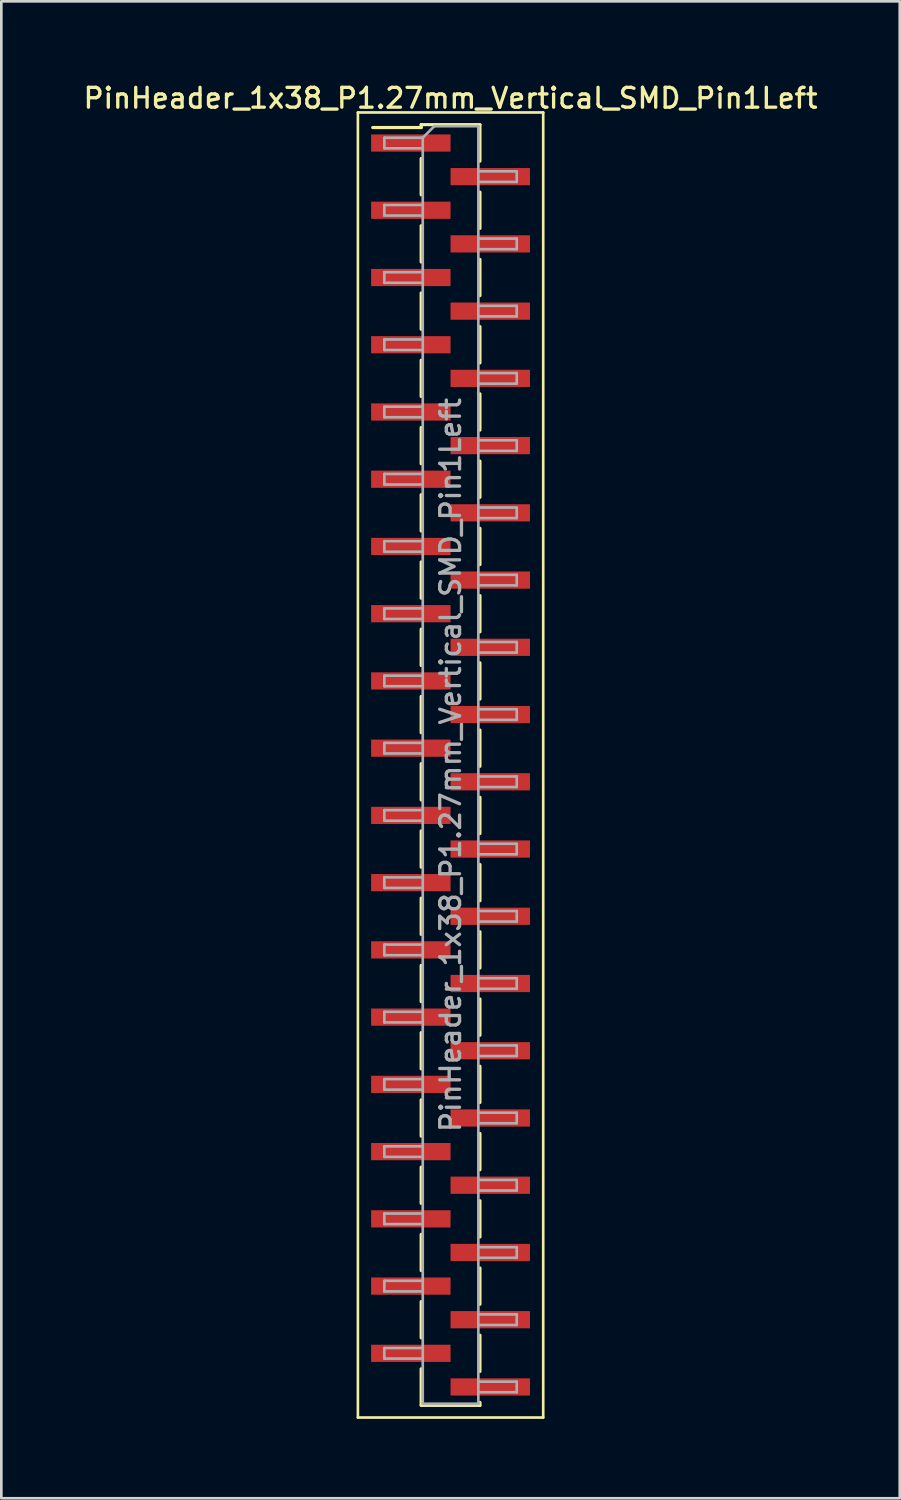
<source format=kicad_pcb>
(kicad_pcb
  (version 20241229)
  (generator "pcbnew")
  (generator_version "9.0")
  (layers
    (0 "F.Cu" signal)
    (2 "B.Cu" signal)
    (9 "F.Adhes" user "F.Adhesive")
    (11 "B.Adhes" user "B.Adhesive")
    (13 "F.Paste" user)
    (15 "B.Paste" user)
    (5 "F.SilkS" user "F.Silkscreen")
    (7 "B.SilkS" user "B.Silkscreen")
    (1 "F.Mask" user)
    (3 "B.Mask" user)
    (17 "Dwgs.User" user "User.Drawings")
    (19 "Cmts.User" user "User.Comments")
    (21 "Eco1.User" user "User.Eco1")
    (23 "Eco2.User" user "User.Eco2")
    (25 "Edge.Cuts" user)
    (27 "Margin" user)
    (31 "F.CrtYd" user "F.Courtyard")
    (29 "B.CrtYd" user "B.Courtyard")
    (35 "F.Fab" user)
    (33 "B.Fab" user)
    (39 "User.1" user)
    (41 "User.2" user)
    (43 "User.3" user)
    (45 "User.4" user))
  (footprint "PinHeader_1x38_P1.27mm_Vertical_SMD_Pin1Left"
    (layer "F.Cu")
    (at 13.97 25.848)
    (property "Reference" "PinHeader_1x38_P1.27mm_Vertical_SMD_Pin1Left" (at 0 -25.19 0) (layer "F.SilkS") (effects (font (size 0.75 0.75) (thickness 0.125))))
    (attr smd)
    (fp_line (start -3.5 -24.65) (end -3.5 24.65) (stroke (width 0.1) (type solid)) (layer "F.SilkS"))
    (fp_line (start -3.5 24.65) (end 3.5 24.65) (stroke (width 0.1) (type solid)) (layer "F.SilkS"))
    (fp_line (start -1.11 -24.19) (end -1.11 -24.08) (stroke (width 0.12) (type solid)) (layer "F.SilkS"))
    (fp_line (start -1.11 -24.19) (end 1.11 -24.19) (stroke (width 0.12) (type solid)) (layer "F.SilkS"))
    (fp_line (start -1.11 -24.08) (end -2.94 -24.08) (stroke (width 0.12) (type solid)) (layer "F.SilkS"))
    (fp_line (start -1.11 -22.91) (end -1.11 -21.54) (stroke (width 0.12) (type solid)) (layer "F.SilkS"))
    (fp_line (start -1.11 -20.37) (end -1.11 -19) (stroke (width 0.12) (type solid)) (layer "F.SilkS"))
    (fp_line (start -1.11 -17.83) (end -1.11 -16.46) (stroke (width 0.12) (type solid)) (layer "F.SilkS"))
    (fp_line (start -1.11 -15.29) (end -1.11 -13.92) (stroke (width 0.12) (type solid)) (layer "F.SilkS"))
    (fp_line (start -1.11 -12.75) (end -1.11 -11.38) (stroke (width 0.12) (type solid)) (layer "F.SilkS"))
    (fp_line (start -1.11 -10.21) (end -1.11 -8.84) (stroke (width 0.12) (type solid)) (layer "F.SilkS"))
    (fp_line (start -1.11 -7.67) (end -1.11 -6.3) (stroke (width 0.12) (type solid)) (layer "F.SilkS"))
    (fp_line (start -1.11 -5.13) (end -1.11 -3.76) (stroke (width 0.12) (type solid)) (layer "F.SilkS"))
    (fp_line (start -1.11 -2.59) (end -1.11 -1.22) (stroke (width 0.12) (type solid)) (layer "F.SilkS"))
    (fp_line (start -1.11 -0.05) (end -1.11 1.32) (stroke (width 0.12) (type solid)) (layer "F.SilkS"))
    (fp_line (start -1.11 2.49) (end -1.11 3.86) (stroke (width 0.12) (type solid)) (layer "F.SilkS"))
    (fp_line (start -1.11 5.03) (end -1.11 6.4) (stroke (width 0.12) (type solid)) (layer "F.SilkS"))
    (fp_line (start -1.11 7.57) (end -1.11 8.94) (stroke (width 0.12) (type solid)) (layer "F.SilkS"))
    (fp_line (start -1.11 10.11) (end -1.11 11.48) (stroke (width 0.12) (type solid)) (layer "F.SilkS"))
    (fp_line (start -1.11 12.65) (end -1.11 14.02) (stroke (width 0.12) (type solid)) (layer "F.SilkS"))
    (fp_line (start -1.11 15.19) (end -1.11 16.56) (stroke (width 0.12) (type solid)) (layer "F.SilkS"))
    (fp_line (start -1.11 17.73) (end -1.11 19.1) (stroke (width 0.12) (type solid)) (layer "F.SilkS"))
    (fp_line (start -1.11 20.27) (end -1.11 21.64) (stroke (width 0.12) (type solid)) (layer "F.SilkS"))
    (fp_line (start -1.11 22.81) (end -1.11 24.18) (stroke (width 0.12) (type solid)) (layer "F.SilkS"))
    (fp_line (start -1.11 24.19) (end 1.11 24.19) (stroke (width 0.12) (type solid)) (layer "F.SilkS"))
    (fp_line (start 1.11 -24.18) (end 1.11 -22.81) (stroke (width 0.12) (type solid)) (layer "F.SilkS"))
    (fp_line (start 1.11 -21.64) (end 1.11 -20.27) (stroke (width 0.12) (type solid)) (layer "F.SilkS"))
    (fp_line (start 1.11 -19.1) (end 1.11 -17.73) (stroke (width 0.12) (type solid)) (layer "F.SilkS"))
    (fp_line (start 1.11 -16.56) (end 1.11 -15.19) (stroke (width 0.12) (type solid)) (layer "F.SilkS"))
    (fp_line (start 1.11 -14.02) (end 1.11 -12.65) (stroke (width 0.12) (type solid)) (layer "F.SilkS"))
    (fp_line (start 1.11 -11.48) (end 1.11 -10.11) (stroke (width 0.12) (type solid)) (layer "F.SilkS"))
    (fp_line (start 1.11 -8.94) (end 1.11 -7.57) (stroke (width 0.12) (type solid)) (layer "F.SilkS"))
    (fp_line (start 1.11 -6.4) (end 1.11 -5.03) (stroke (width 0.12) (type solid)) (layer "F.SilkS"))
    (fp_line (start 1.11 -3.86) (end 1.11 -2.49) (stroke (width 0.12) (type solid)) (layer "F.SilkS"))
    (fp_line (start 1.11 -1.32) (end 1.11 0.05) (stroke (width 0.12) (type solid)) (layer "F.SilkS"))
    (fp_line (start 1.11 1.22) (end 1.11 2.59) (stroke (width 0.12) (type solid)) (layer "F.SilkS"))
    (fp_line (start 1.11 3.76) (end 1.11 5.13) (stroke (width 0.12) (type solid)) (layer "F.SilkS"))
    (fp_line (start 1.11 6.3) (end 1.11 7.67) (stroke (width 0.12) (type solid)) (layer "F.SilkS"))
    (fp_line (start 1.11 8.84) (end 1.11 10.21) (stroke (width 0.12) (type solid)) (layer "F.SilkS"))
    (fp_line (start 1.11 11.38) (end 1.11 12.75) (stroke (width 0.12) (type solid)) (layer "F.SilkS"))
    (fp_line (start 1.11 13.92) (end 1.11 15.29) (stroke (width 0.12) (type solid)) (layer "F.SilkS"))
    (fp_line (start 1.11 16.46) (end 1.11 17.83) (stroke (width 0.12) (type solid)) (layer "F.SilkS"))
    (fp_line (start 1.11 19) (end 1.11 20.37) (stroke (width 0.12) (type solid)) (layer "F.SilkS"))
    (fp_line (start 1.11 21.54) (end 1.11 22.91) (stroke (width 0.12) (type solid)) (layer "F.SilkS"))
    (fp_line (start 1.11 24.08) (end 1.11 24.19) (stroke (width 0.12) (type solid)) (layer "F.SilkS"))
    (fp_line (start 3.5 -24.65) (end -3.5 -24.65) (stroke (width 0.1) (type solid)) (layer "F.SilkS"))
    (fp_line (start 3.5 24.65) (end 3.5 -24.65) (stroke (width 0.1) (type solid)) (layer "F.SilkS"))
    (fp_line (start -2.5 -23.695) (end -2.5 -23.295) (stroke (width 0.1) (type solid)) (layer "F.Fab"))
    (fp_line (start -2.5 -23.295) (end -1.05 -23.295) (stroke (width 0.1) (type solid)) (layer "F.Fab"))
    (fp_line (start -2.5 -21.155) (end -2.5 -20.755) (stroke (width 0.1) (type solid)) (layer "F.Fab"))
    (fp_line (start -2.5 -20.755) (end -1.05 -20.755) (stroke (width 0.1) (type solid)) (layer "F.Fab"))
    (fp_line (start -2.5 -18.615) (end -2.5 -18.215) (stroke (width 0.1) (type solid)) (layer "F.Fab"))
    (fp_line (start -2.5 -18.215) (end -1.05 -18.215) (stroke (width 0.1) (type solid)) (layer "F.Fab"))
    (fp_line (start -2.5 -16.075) (end -2.5 -15.675) (stroke (width 0.1) (type solid)) (layer "F.Fab"))
    (fp_line (start -2.5 -15.675) (end -1.05 -15.675) (stroke (width 0.1) (type solid)) (layer "F.Fab"))
    (fp_line (start -2.5 -13.535) (end -2.5 -13.135) (stroke (width 0.1) (type solid)) (layer "F.Fab"))
    (fp_line (start -2.5 -13.135) (end -1.05 -13.135) (stroke (width 0.1) (type solid)) (layer "F.Fab"))
    (fp_line (start -2.5 -10.995) (end -2.5 -10.595) (stroke (width 0.1) (type solid)) (layer "F.Fab"))
    (fp_line (start -2.5 -10.595) (end -1.05 -10.595) (stroke (width 0.1) (type solid)) (layer "F.Fab"))
    (fp_line (start -2.5 -8.455) (end -2.5 -8.055) (stroke (width 0.1) (type solid)) (layer "F.Fab"))
    (fp_line (start -2.5 -8.055) (end -1.05 -8.055) (stroke (width 0.1) (type solid)) (layer "F.Fab"))
    (fp_line (start -2.5 -5.915) (end -2.5 -5.515) (stroke (width 0.1) (type solid)) (layer "F.Fab"))
    (fp_line (start -2.5 -5.515) (end -1.05 -5.515) (stroke (width 0.1) (type solid)) (layer "F.Fab"))
    (fp_line (start -2.5 -3.375) (end -2.5 -2.975) (stroke (width 0.1) (type solid)) (layer "F.Fab"))
    (fp_line (start -2.5 -2.975) (end -1.05 -2.975) (stroke (width 0.1) (type solid)) (layer "F.Fab"))
    (fp_line (start -2.5 -0.835) (end -2.5 -0.435) (stroke (width 0.1) (type solid)) (layer "F.Fab"))
    (fp_line (start -2.5 -0.435) (end -1.05 -0.435) (stroke (width 0.1) (type solid)) (layer "F.Fab"))
    (fp_line (start -2.5 1.705) (end -2.5 2.105) (stroke (width 0.1) (type solid)) (layer "F.Fab"))
    (fp_line (start -2.5 2.105) (end -1.05 2.105) (stroke (width 0.1) (type solid)) (layer "F.Fab"))
    (fp_line (start -2.5 4.245) (end -2.5 4.645) (stroke (width 0.1) (type solid)) (layer "F.Fab"))
    (fp_line (start -2.5 4.645) (end -1.05 4.645) (stroke (width 0.1) (type solid)) (layer "F.Fab"))
    (fp_line (start -2.5 6.785) (end -2.5 7.185) (stroke (width 0.1) (type solid)) (layer "F.Fab"))
    (fp_line (start -2.5 7.185) (end -1.05 7.185) (stroke (width 0.1) (type solid)) (layer "F.Fab"))
    (fp_line (start -2.5 9.325) (end -2.5 9.725) (stroke (width 0.1) (type solid)) (layer "F.Fab"))
    (fp_line (start -2.5 9.725) (end -1.05 9.725) (stroke (width 0.1) (type solid)) (layer "F.Fab"))
    (fp_line (start -2.5 11.865) (end -2.5 12.265) (stroke (width 0.1) (type solid)) (layer "F.Fab"))
    (fp_line (start -2.5 12.265) (end -1.05 12.265) (stroke (width 0.1) (type solid)) (layer "F.Fab"))
    (fp_line (start -2.5 14.405) (end -2.5 14.805) (stroke (width 0.1) (type solid)) (layer "F.Fab"))
    (fp_line (start -2.5 14.805) (end -1.05 14.805) (stroke (width 0.1) (type solid)) (layer "F.Fab"))
    (fp_line (start -2.5 16.945) (end -2.5 17.345) (stroke (width 0.1) (type solid)) (layer "F.Fab"))
    (fp_line (start -2.5 17.345) (end -1.05 17.345) (stroke (width 0.1) (type solid)) (layer "F.Fab"))
    (fp_line (start -2.5 19.485) (end -2.5 19.885) (stroke (width 0.1) (type solid)) (layer "F.Fab"))
    (fp_line (start -2.5 19.885) (end -1.05 19.885) (stroke (width 0.1) (type solid)) (layer "F.Fab"))
    (fp_line (start -2.5 22.025) (end -2.5 22.425) (stroke (width 0.1) (type solid)) (layer "F.Fab"))
    (fp_line (start -2.5 22.425) (end -1.05 22.425) (stroke (width 0.1) (type solid)) (layer "F.Fab"))
    (fp_line (start -1.05 -23.695) (end -2.5 -23.695) (stroke (width 0.1) (type solid)) (layer "F.Fab"))
    (fp_line (start -1.05 -23.695) (end -0.615 -24.13) (stroke (width 0.1) (type solid)) (layer "F.Fab"))
    (fp_line (start -1.05 -21.155) (end -2.5 -21.155) (stroke (width 0.1) (type solid)) (layer "F.Fab"))
    (fp_line (start -1.05 -18.615) (end -2.5 -18.615) (stroke (width 0.1) (type solid)) (layer "F.Fab"))
    (fp_line (start -1.05 -16.075) (end -2.5 -16.075) (stroke (width 0.1) (type solid)) (layer "F.Fab"))
    (fp_line (start -1.05 -13.535) (end -2.5 -13.535) (stroke (width 0.1) (type solid)) (layer "F.Fab"))
    (fp_line (start -1.05 -10.995) (end -2.5 -10.995) (stroke (width 0.1) (type solid)) (layer "F.Fab"))
    (fp_line (start -1.05 -8.455) (end -2.5 -8.455) (stroke (width 0.1) (type solid)) (layer "F.Fab"))
    (fp_line (start -1.05 -5.915) (end -2.5 -5.915) (stroke (width 0.1) (type solid)) (layer "F.Fab"))
    (fp_line (start -1.05 -3.375) (end -2.5 -3.375) (stroke (width 0.1) (type solid)) (layer "F.Fab"))
    (fp_line (start -1.05 -0.835) (end -2.5 -0.835) (stroke (width 0.1) (type solid)) (layer "F.Fab"))
    (fp_line (start -1.05 1.705) (end -2.5 1.705) (stroke (width 0.1) (type solid)) (layer "F.Fab"))
    (fp_line (start -1.05 4.245) (end -2.5 4.245) (stroke (width 0.1) (type solid)) (layer "F.Fab"))
    (fp_line (start -1.05 6.785) (end -2.5 6.785) (stroke (width 0.1) (type solid)) (layer "F.Fab"))
    (fp_line (start -1.05 9.325) (end -2.5 9.325) (stroke (width 0.1) (type solid)) (layer "F.Fab"))
    (fp_line (start -1.05 11.865) (end -2.5 11.865) (stroke (width 0.1) (type solid)) (layer "F.Fab"))
    (fp_line (start -1.05 14.405) (end -2.5 14.405) (stroke (width 0.1) (type solid)) (layer "F.Fab"))
    (fp_line (start -1.05 16.945) (end -2.5 16.945) (stroke (width 0.1) (type solid)) (layer "F.Fab"))
    (fp_line (start -1.05 19.485) (end -2.5 19.485) (stroke (width 0.1) (type solid)) (layer "F.Fab"))
    (fp_line (start -1.05 22.025) (end -2.5 22.025) (stroke (width 0.1) (type solid)) (layer "F.Fab"))
    (fp_line (start -1.05 24.13) (end -1.05 -23.695) (stroke (width 0.1) (type solid)) (layer "F.Fab"))
    (fp_line (start -0.615 -24.13) (end 1.05 -24.13) (stroke (width 0.1) (type solid)) (layer "F.Fab"))
    (fp_line (start 1.05 -24.13) (end 1.05 24.13) (stroke (width 0.1) (type solid)) (layer "F.Fab"))
    (fp_line (start 1.05 -22.425) (end 2.5 -22.425) (stroke (width 0.1) (type solid)) (layer "F.Fab"))
    (fp_line (start 1.05 -19.885) (end 2.5 -19.885) (stroke (width 0.1) (type solid)) (layer "F.Fab"))
    (fp_line (start 1.05 -17.345) (end 2.5 -17.345) (stroke (width 0.1) (type solid)) (layer "F.Fab"))
    (fp_line (start 1.05 -14.805) (end 2.5 -14.805) (stroke (width 0.1) (type solid)) (layer "F.Fab"))
    (fp_line (start 1.05 -12.265) (end 2.5 -12.265) (stroke (width 0.1) (type solid)) (layer "F.Fab"))
    (fp_line (start 1.05 -9.725) (end 2.5 -9.725) (stroke (width 0.1) (type solid)) (layer "F.Fab"))
    (fp_line (start 1.05 -7.185) (end 2.5 -7.185) (stroke (width 0.1) (type solid)) (layer "F.Fab"))
    (fp_line (start 1.05 -4.645) (end 2.5 -4.645) (stroke (width 0.1) (type solid)) (layer "F.Fab"))
    (fp_line (start 1.05 -2.105) (end 2.5 -2.105) (stroke (width 0.1) (type solid)) (layer "F.Fab"))
    (fp_line (start 1.05 0.435) (end 2.5 0.435) (stroke (width 0.1) (type solid)) (layer "F.Fab"))
    (fp_line (start 1.05 2.975) (end 2.5 2.975) (stroke (width 0.1) (type solid)) (layer "F.Fab"))
    (fp_line (start 1.05 5.515) (end 2.5 5.515) (stroke (width 0.1) (type solid)) (layer "F.Fab"))
    (fp_line (start 1.05 8.055) (end 2.5 8.055) (stroke (width 0.1) (type solid)) (layer "F.Fab"))
    (fp_line (start 1.05 10.595) (end 2.5 10.595) (stroke (width 0.1) (type solid)) (layer "F.Fab"))
    (fp_line (start 1.05 13.135) (end 2.5 13.135) (stroke (width 0.1) (type solid)) (layer "F.Fab"))
    (fp_line (start 1.05 15.675) (end 2.5 15.675) (stroke (width 0.1) (type solid)) (layer "F.Fab"))
    (fp_line (start 1.05 18.215) (end 2.5 18.215) (stroke (width 0.1) (type solid)) (layer "F.Fab"))
    (fp_line (start 1.05 20.755) (end 2.5 20.755) (stroke (width 0.1) (type solid)) (layer "F.Fab"))
    (fp_line (start 1.05 23.295) (end 2.5 23.295) (stroke (width 0.1) (type solid)) (layer "F.Fab"))
    (fp_line (start 1.05 24.13) (end -1.05 24.13) (stroke (width 0.1) (type solid)) (layer "F.Fab"))
    (fp_line (start 2.5 -22.425) (end 2.5 -22.025) (stroke (width 0.1) (type solid)) (layer "F.Fab"))
    (fp_line (start 2.5 -22.025) (end 1.05 -22.025) (stroke (width 0.1) (type solid)) (layer "F.Fab"))
    (fp_line (start 2.5 -19.885) (end 2.5 -19.485) (stroke (width 0.1) (type solid)) (layer "F.Fab"))
    (fp_line (start 2.5 -19.485) (end 1.05 -19.485) (stroke (width 0.1) (type solid)) (layer "F.Fab"))
    (fp_line (start 2.5 -17.345) (end 2.5 -16.945) (stroke (width 0.1) (type solid)) (layer "F.Fab"))
    (fp_line (start 2.5 -16.945) (end 1.05 -16.945) (stroke (width 0.1) (type solid)) (layer "F.Fab"))
    (fp_line (start 2.5 -14.805) (end 2.5 -14.405) (stroke (width 0.1) (type solid)) (layer "F.Fab"))
    (fp_line (start 2.5 -14.405) (end 1.05 -14.405) (stroke (width 0.1) (type solid)) (layer "F.Fab"))
    (fp_line (start 2.5 -12.265) (end 2.5 -11.865) (stroke (width 0.1) (type solid)) (layer "F.Fab"))
    (fp_line (start 2.5 -11.865) (end 1.05 -11.865) (stroke (width 0.1) (type solid)) (layer "F.Fab"))
    (fp_line (start 2.5 -9.725) (end 2.5 -9.325) (stroke (width 0.1) (type solid)) (layer "F.Fab"))
    (fp_line (start 2.5 -9.325) (end 1.05 -9.325) (stroke (width 0.1) (type solid)) (layer "F.Fab"))
    (fp_line (start 2.5 -7.185) (end 2.5 -6.785) (stroke (width 0.1) (type solid)) (layer "F.Fab"))
    (fp_line (start 2.5 -6.785) (end 1.05 -6.785) (stroke (width 0.1) (type solid)) (layer "F.Fab"))
    (fp_line (start 2.5 -4.645) (end 2.5 -4.245) (stroke (width 0.1) (type solid)) (layer "F.Fab"))
    (fp_line (start 2.5 -4.245) (end 1.05 -4.245) (stroke (width 0.1) (type solid)) (layer "F.Fab"))
    (fp_line (start 2.5 -2.105) (end 2.5 -1.705) (stroke (width 0.1) (type solid)) (layer "F.Fab"))
    (fp_line (start 2.5 -1.705) (end 1.05 -1.705) (stroke (width 0.1) (type solid)) (layer "F.Fab"))
    (fp_line (start 2.5 0.435) (end 2.5 0.835) (stroke (width 0.1) (type solid)) (layer "F.Fab"))
    (fp_line (start 2.5 0.835) (end 1.05 0.835) (stroke (width 0.1) (type solid)) (layer "F.Fab"))
    (fp_line (start 2.5 2.975) (end 2.5 3.375) (stroke (width 0.1) (type solid)) (layer "F.Fab"))
    (fp_line (start 2.5 3.375) (end 1.05 3.375) (stroke (width 0.1) (type solid)) (layer "F.Fab"))
    (fp_line (start 2.5 5.515) (end 2.5 5.915) (stroke (width 0.1) (type solid)) (layer "F.Fab"))
    (fp_line (start 2.5 5.915) (end 1.05 5.915) (stroke (width 0.1) (type solid)) (layer "F.Fab"))
    (fp_line (start 2.5 8.055) (end 2.5 8.455) (stroke (width 0.1) (type solid)) (layer "F.Fab"))
    (fp_line (start 2.5 8.455) (end 1.05 8.455) (stroke (width 0.1) (type solid)) (layer "F.Fab"))
    (fp_line (start 2.5 10.595) (end 2.5 10.995) (stroke (width 0.1) (type solid)) (layer "F.Fab"))
    (fp_line (start 2.5 10.995) (end 1.05 10.995) (stroke (width 0.1) (type solid)) (layer "F.Fab"))
    (fp_line (start 2.5 13.135) (end 2.5 13.535) (stroke (width 0.1) (type solid)) (layer "F.Fab"))
    (fp_line (start 2.5 13.535) (end 1.05 13.535) (stroke (width 0.1) (type solid)) (layer "F.Fab"))
    (fp_line (start 2.5 15.675) (end 2.5 16.075) (stroke (width 0.1) (type solid)) (layer "F.Fab"))
    (fp_line (start 2.5 16.075) (end 1.05 16.075) (stroke (width 0.1) (type solid)) (layer "F.Fab"))
    (fp_line (start 2.5 18.215) (end 2.5 18.615) (stroke (width 0.1) (type solid)) (layer "F.Fab"))
    (fp_line (start 2.5 18.615) (end 1.05 18.615) (stroke (width 0.1) (type solid)) (layer "F.Fab"))
    (fp_line (start 2.5 20.755) (end 2.5 21.155) (stroke (width 0.1) (type solid)) (layer "F.Fab"))
    (fp_line (start 2.5 21.155) (end 1.05 21.155) (stroke (width 0.1) (type solid)) (layer "F.Fab"))
    (fp_line (start 2.5 23.295) (end 2.5 23.695) (stroke (width 0.1) (type solid)) (layer "F.Fab"))
    (fp_line (start 2.5 23.695) (end 1.05 23.695) (stroke (width 0.1) (type solid)) (layer "F.Fab"))
    (fp_text user "${REFERENCE}" (at 0 0 90) (layer "F.Fab") (effects (font (size 0.75 0.75) (thickness 0.125))))
    (pad "1" smd rect (at -1.5 -23.495) (size 3 0.65) (layers "F.Cu" "F.Mask" "F.Paste"))
    (pad "2" smd rect (at 1.5 -22.225) (size 3 0.65) (layers "F.Cu" "F.Mask" "F.Paste"))
    (pad "3" smd rect (at -1.5 -20.955) (size 3 0.65) (layers "F.Cu" "F.Mask" "F.Paste"))
    (pad "4" smd rect (at 1.5 -19.685) (size 3 0.65) (layers "F.Cu" "F.Mask" "F.Paste"))
    (pad "5" smd rect (at -1.5 -18.415) (size 3 0.65) (layers "F.Cu" "F.Mask" "F.Paste"))
    (pad "6" smd rect (at 1.5 -17.145) (size 3 0.65) (layers "F.Cu" "F.Mask" "F.Paste"))
    (pad "7" smd rect (at -1.5 -15.875) (size 3 0.65) (layers "F.Cu" "F.Mask" "F.Paste"))
    (pad "8" smd rect (at 1.5 -14.605) (size 3 0.65) (layers "F.Cu" "F.Mask" "F.Paste"))
    (pad "9" smd rect (at -1.5 -13.335) (size 3 0.65) (layers "F.Cu" "F.Mask" "F.Paste"))
    (pad "10" smd rect (at 1.5 -12.065) (size 3 0.65) (layers "F.Cu" "F.Mask" "F.Paste"))
    (pad "11" smd rect (at -1.5 -10.795) (size 3 0.65) (layers "F.Cu" "F.Mask" "F.Paste"))
    (pad "12" smd rect (at 1.5 -9.525) (size 3 0.65) (layers "F.Cu" "F.Mask" "F.Paste"))
    (pad "13" smd rect (at -1.5 -8.255) (size 3 0.65) (layers "F.Cu" "F.Mask" "F.Paste"))
    (pad "14" smd rect (at 1.5 -6.985) (size 3 0.65) (layers "F.Cu" "F.Mask" "F.Paste"))
    (pad "15" smd rect (at -1.5 -5.715) (size 3 0.65) (layers "F.Cu" "F.Mask" "F.Paste"))
    (pad "16" smd rect (at 1.5 -4.445) (size 3 0.65) (layers "F.Cu" "F.Mask" "F.Paste"))
    (pad "17" smd rect (at -1.5 -3.175) (size 3 0.65) (layers "F.Cu" "F.Mask" "F.Paste"))
    (pad "18" smd rect (at 1.5 -1.905) (size 3 0.65) (layers "F.Cu" "F.Mask" "F.Paste"))
    (pad "19" smd rect (at -1.5 -0.635) (size 3 0.65) (layers "F.Cu" "F.Mask" "F.Paste"))
    (pad "20" smd rect (at 1.5 0.635) (size 3 0.65) (layers "F.Cu" "F.Mask" "F.Paste"))
    (pad "21" smd rect (at -1.5 1.905) (size 3 0.65) (layers "F.Cu" "F.Mask" "F.Paste"))
    (pad "22" smd rect (at 1.5 3.175) (size 3 0.65) (layers "F.Cu" "F.Mask" "F.Paste"))
    (pad "23" smd rect (at -1.5 4.445) (size 3 0.65) (layers "F.Cu" "F.Mask" "F.Paste"))
    (pad "24" smd rect (at 1.5 5.715) (size 3 0.65) (layers "F.Cu" "F.Mask" "F.Paste"))
    (pad "25" smd rect (at -1.5 6.985) (size 3 0.65) (layers "F.Cu" "F.Mask" "F.Paste"))
    (pad "26" smd rect (at 1.5 8.255) (size 3 0.65) (layers "F.Cu" "F.Mask" "F.Paste"))
    (pad "27" smd rect (at -1.5 9.525) (size 3 0.65) (layers "F.Cu" "F.Mask" "F.Paste"))
    (pad "28" smd rect (at 1.5 10.795) (size 3 0.65) (layers "F.Cu" "F.Mask" "F.Paste"))
    (pad "29" smd rect (at -1.5 12.065) (size 3 0.65) (layers "F.Cu" "F.Mask" "F.Paste"))
    (pad "30" smd rect (at 1.5 13.335) (size 3 0.65) (layers "F.Cu" "F.Mask" "F.Paste"))
    (pad "31" smd rect (at -1.5 14.605) (size 3 0.65) (layers "F.Cu" "F.Mask" "F.Paste"))
    (pad "32" smd rect (at 1.5 15.875) (size 3 0.65) (layers "F.Cu" "F.Mask" "F.Paste"))
    (pad "33" smd rect (at -1.5 17.145) (size 3 0.65) (layers "F.Cu" "F.Mask" "F.Paste"))
    (pad "34" smd rect (at 1.5 18.415) (size 3 0.65) (layers "F.Cu" "F.Mask" "F.Paste"))
    (pad "35" smd rect (at -1.5 19.685) (size 3 0.65) (layers "F.Cu" "F.Mask" "F.Paste"))
    (pad "36" smd rect (at 1.5 20.955) (size 3 0.65) (layers "F.Cu" "F.Mask" "F.Paste"))
    (pad "37" smd rect (at -1.5 22.225) (size 3 0.65) (layers "F.Cu" "F.Mask" "F.Paste"))
    (pad "38" smd rect (at 1.5 23.495) (size 3 0.65) (layers "F.Cu" "F.Mask" "F.Paste")))
  (gr_rect
    (start -3 -3)
    (end 30.939 53.548)
    (stroke (width 0.1) (type default))
    (fill no)
    (layer "Edge.Cuts")))
</source>
